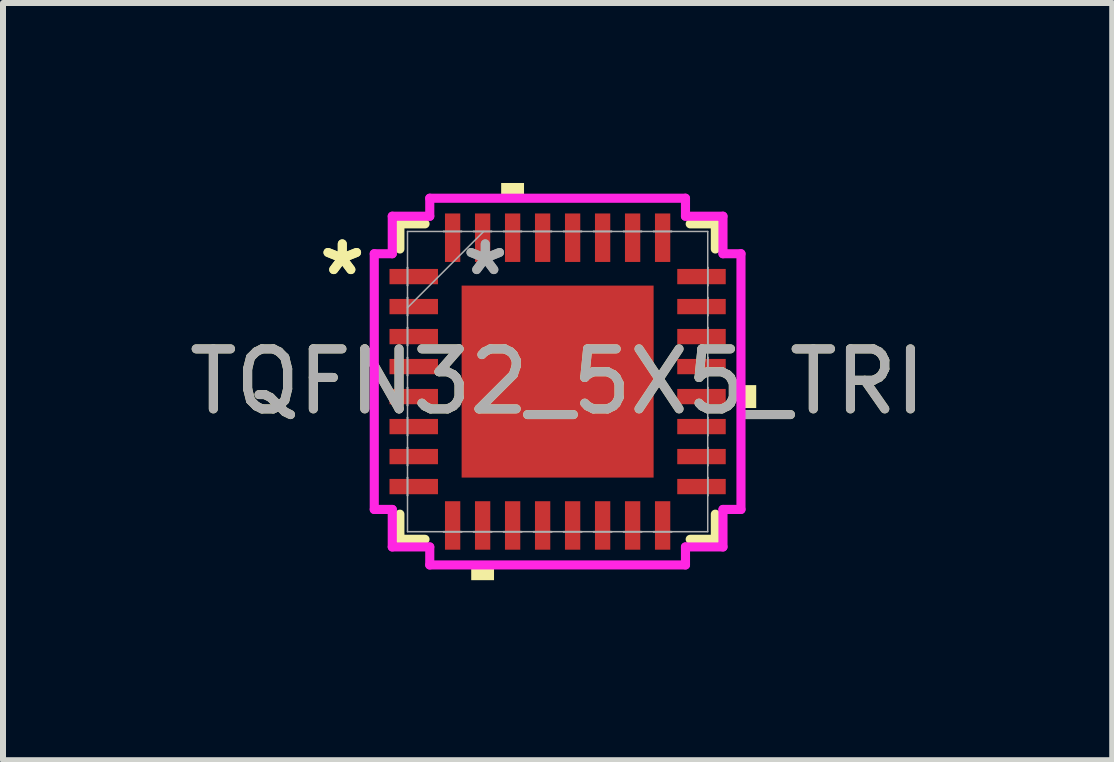
<source format=kicad_pcb>
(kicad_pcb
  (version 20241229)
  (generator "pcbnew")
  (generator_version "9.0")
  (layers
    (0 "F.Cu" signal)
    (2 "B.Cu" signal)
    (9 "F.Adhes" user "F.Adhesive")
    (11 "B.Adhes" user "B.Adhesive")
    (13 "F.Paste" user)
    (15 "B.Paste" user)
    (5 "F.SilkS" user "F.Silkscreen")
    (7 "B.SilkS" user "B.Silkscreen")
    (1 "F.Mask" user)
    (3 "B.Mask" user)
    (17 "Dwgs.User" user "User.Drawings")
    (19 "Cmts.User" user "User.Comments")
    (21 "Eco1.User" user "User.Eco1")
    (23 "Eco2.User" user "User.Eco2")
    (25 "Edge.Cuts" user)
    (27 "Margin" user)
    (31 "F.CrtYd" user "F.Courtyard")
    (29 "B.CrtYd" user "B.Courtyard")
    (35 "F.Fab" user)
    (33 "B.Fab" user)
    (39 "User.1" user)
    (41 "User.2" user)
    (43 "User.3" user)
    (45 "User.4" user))
  (footprint "TQFN32_5X5_TRI"
    (layer "F.Cu")
    (at 6.244 3.31)
    (property "Reference" "TQFN32_5X5_TRI" (at 0 0 0) (unlocked yes) (layer "F.SilkS") (effects (font (size 1 1) (thickness 0.15))))
    (attr smd)
    (fp_line (start -2.629 -2.629) (end -2.629 -2.21) (stroke (width 0.152) (type solid)) (layer "F.SilkS"))
    (fp_line (start -2.629 2.21) (end -2.629 2.629) (stroke (width 0.152) (type solid)) (layer "F.SilkS"))
    (fp_line (start -2.629 2.629) (end -2.21 2.629) (stroke (width 0.152) (type solid)) (layer "F.SilkS"))
    (fp_line (start -2.21 -2.629) (end -2.629 -2.629) (stroke (width 0.152) (type solid)) (layer "F.SilkS"))
    (fp_line (start 2.21 2.629) (end 2.629 2.629) (stroke (width 0.152) (type solid)) (layer "F.SilkS"))
    (fp_line (start 2.629 -2.629) (end 2.21 -2.629) (stroke (width 0.152) (type solid)) (layer "F.SilkS"))
    (fp_line (start 2.629 -2.21) (end 2.629 -2.629) (stroke (width 0.152) (type solid)) (layer "F.SilkS"))
    (fp_line (start 2.629 2.629) (end 2.629 2.21) (stroke (width 0.152) (type solid)) (layer "F.SilkS"))
    (fp_poly (pts (xy -1.44 3.056) (xy -1.44 3.31) (xy -1.06 3.31) (xy -1.06 3.056)) (stroke (width 0) (type solid)) (fill yes) (layer "F.SilkS"))
    (fp_poly (pts (xy -0.941 -3.056) (xy -0.941 -3.31) (xy -0.56 -3.31) (xy -0.56 -3.056)) (stroke (width 0) (type solid)) (fill yes) (layer "F.SilkS"))
    (fp_poly (pts (xy 3.31 0.059) (xy 3.31 0.441) (xy 3.056 0.441) (xy 3.056 0.059)) (stroke (width 0) (type solid)) (fill yes) (layer "F.SilkS"))
    (fp_line (start -3.056 -2.131) (end -2.756 -2.131) (stroke (width 0.152) (type solid)) (layer "F.CrtYd"))
    (fp_line (start -3.056 2.131) (end -3.056 -2.131) (stroke (width 0.152) (type solid)) (layer "F.CrtYd"))
    (fp_line (start -2.756 -2.756) (end -2.131 -2.756) (stroke (width 0.152) (type solid)) (layer "F.CrtYd"))
    (fp_line (start -2.756 -2.131) (end -2.756 -2.756) (stroke (width 0.152) (type solid)) (layer "F.CrtYd"))
    (fp_line (start -2.756 2.131) (end -3.056 2.131) (stroke (width 0.152) (type solid)) (layer "F.CrtYd"))
    (fp_line (start -2.756 2.756) (end -2.756 2.131) (stroke (width 0.152) (type solid)) (layer "F.CrtYd"))
    (fp_line (start -2.131 -3.056) (end 2.131 -3.056) (stroke (width 0.152) (type solid)) (layer "F.CrtYd"))
    (fp_line (start -2.131 -2.756) (end -2.131 -3.056) (stroke (width 0.152) (type solid)) (layer "F.CrtYd"))
    (fp_line (start -2.131 2.756) (end -2.756 2.756) (stroke (width 0.152) (type solid)) (layer "F.CrtYd"))
    (fp_line (start -2.131 3.056) (end -2.131 2.756) (stroke (width 0.152) (type solid)) (layer "F.CrtYd"))
    (fp_line (start 2.131 -3.056) (end 2.131 -2.756) (stroke (width 0.152) (type solid)) (layer "F.CrtYd"))
    (fp_line (start 2.131 -2.756) (end 2.756 -2.756) (stroke (width 0.152) (type solid)) (layer "F.CrtYd"))
    (fp_line (start 2.131 2.756) (end 2.131 3.056) (stroke (width 0.152) (type solid)) (layer "F.CrtYd"))
    (fp_line (start 2.131 3.056) (end -2.131 3.056) (stroke (width 0.152) (type solid)) (layer "F.CrtYd"))
    (fp_line (start 2.756 -2.756) (end 2.756 -2.131) (stroke (width 0.152) (type solid)) (layer "F.CrtYd"))
    (fp_line (start 2.756 -2.131) (end 3.056 -2.131) (stroke (width 0.152) (type solid)) (layer "F.CrtYd"))
    (fp_line (start 2.756 2.131) (end 2.756 2.756) (stroke (width 0.152) (type solid)) (layer "F.CrtYd"))
    (fp_line (start 2.756 2.756) (end 2.131 2.756) (stroke (width 0.152) (type solid)) (layer "F.CrtYd"))
    (fp_line (start 3.056 -2.131) (end 3.056 2.131) (stroke (width 0.152) (type solid)) (layer "F.CrtYd"))
    (fp_line (start 3.056 2.131) (end 2.756 2.131) (stroke (width 0.152) (type solid)) (layer "F.CrtYd"))
    (fp_line (start -2.502 -2.502) (end -2.502 2.502) (stroke (width 0.025) (type solid)) (layer "F.Fab"))
    (fp_line (start -2.502 -1.902) (end -2.502 -1.902) (stroke (width 0.025) (type solid)) (layer "F.Fab"))
    (fp_line (start -2.502 -1.902) (end -2.502 -1.598) (stroke (width 0.025) (type solid)) (layer "F.Fab"))
    (fp_line (start -2.502 -1.598) (end -2.502 -1.902) (stroke (width 0.025) (type solid)) (layer "F.Fab"))
    (fp_line (start -2.502 -1.598) (end -2.502 -1.598) (stroke (width 0.025) (type solid)) (layer "F.Fab"))
    (fp_line (start -2.502 -1.402) (end -2.502 -1.402) (stroke (width 0.025) (type solid)) (layer "F.Fab"))
    (fp_line (start -2.502 -1.402) (end -2.502 -1.098) (stroke (width 0.025) (type solid)) (layer "F.Fab"))
    (fp_line (start -2.502 -1.232) (end -1.232 -2.502) (stroke (width 0.025) (type solid)) (layer "F.Fab"))
    (fp_line (start -2.502 -1.098) (end -2.502 -1.402) (stroke (width 0.025) (type solid)) (layer "F.Fab"))
    (fp_line (start -2.502 -1.098) (end -2.502 -1.098) (stroke (width 0.025) (type solid)) (layer "F.Fab"))
    (fp_line (start -2.502 -0.902) (end -2.502 -0.902) (stroke (width 0.025) (type solid)) (layer "F.Fab"))
    (fp_line (start -2.502 -0.902) (end -2.502 -0.598) (stroke (width 0.025) (type solid)) (layer "F.Fab"))
    (fp_line (start -2.502 -0.598) (end -2.502 -0.902) (stroke (width 0.025) (type solid)) (layer "F.Fab"))
    (fp_line (start -2.502 -0.598) (end -2.502 -0.598) (stroke (width 0.025) (type solid)) (layer "F.Fab"))
    (fp_line (start -2.502 -0.402) (end -2.502 -0.402) (stroke (width 0.025) (type solid)) (layer "F.Fab"))
    (fp_line (start -2.502 -0.402) (end -2.502 -0.098) (stroke (width 0.025) (type solid)) (layer "F.Fab"))
    (fp_line (start -2.502 -0.098) (end -2.502 -0.402) (stroke (width 0.025) (type solid)) (layer "F.Fab"))
    (fp_line (start -2.502 -0.098) (end -2.502 -0.098) (stroke (width 0.025) (type solid)) (layer "F.Fab"))
    (fp_line (start -2.502 0.098) (end -2.502 0.098) (stroke (width 0.025) (type solid)) (layer "F.Fab"))
    (fp_line (start -2.502 0.098) (end -2.502 0.402) (stroke (width 0.025) (type solid)) (layer "F.Fab"))
    (fp_line (start -2.502 0.402) (end -2.502 0.098) (stroke (width 0.025) (type solid)) (layer "F.Fab"))
    (fp_line (start -2.502 0.402) (end -2.502 0.402) (stroke (width 0.025) (type solid)) (layer "F.Fab"))
    (fp_line (start -2.502 0.598) (end -2.502 0.598) (stroke (width 0.025) (type solid)) (layer "F.Fab"))
    (fp_line (start -2.502 0.598) (end -2.502 0.902) (stroke (width 0.025) (type solid)) (layer "F.Fab"))
    (fp_line (start -2.502 0.902) (end -2.502 0.598) (stroke (width 0.025) (type solid)) (layer "F.Fab"))
    (fp_line (start -2.502 0.902) (end -2.502 0.902) (stroke (width 0.025) (type solid)) (layer "F.Fab"))
    (fp_line (start -2.502 1.098) (end -2.502 1.098) (stroke (width 0.025) (type solid)) (layer "F.Fab"))
    (fp_line (start -2.502 1.098) (end -2.502 1.402) (stroke (width 0.025) (type solid)) (layer "F.Fab"))
    (fp_line (start -2.502 1.402) (end -2.502 1.098) (stroke (width 0.025) (type solid)) (layer "F.Fab"))
    (fp_line (start -2.502 1.402) (end -2.502 1.402) (stroke (width 0.025) (type solid)) (layer "F.Fab"))
    (fp_line (start -2.502 1.598) (end -2.502 1.598) (stroke (width 0.025) (type solid)) (layer "F.Fab"))
    (fp_line (start -2.502 1.598) (end -2.502 1.902) (stroke (width 0.025) (type solid)) (layer "F.Fab"))
    (fp_line (start -2.502 1.902) (end -2.502 1.598) (stroke (width 0.025) (type solid)) (layer "F.Fab"))
    (fp_line (start -2.502 1.902) (end -2.502 1.902) (stroke (width 0.025) (type solid)) (layer "F.Fab"))
    (fp_line (start -2.502 2.502) (end 2.502 2.502) (stroke (width 0.025) (type solid)) (layer "F.Fab"))
    (fp_line (start -1.902 -2.502) (end -1.902 -2.502) (stroke (width 0.025) (type solid)) (layer "F.Fab"))
    (fp_line (start -1.902 -2.502) (end -1.598 -2.502) (stroke (width 0.025) (type solid)) (layer "F.Fab"))
    (fp_line (start -1.902 2.502) (end -1.902 2.502) (stroke (width 0.025) (type solid)) (layer "F.Fab"))
    (fp_line (start -1.902 2.502) (end -1.598 2.502) (stroke (width 0.025) (type solid)) (layer "F.Fab"))
    (fp_line (start -1.598 -2.502) (end -1.902 -2.502) (stroke (width 0.025) (type solid)) (layer "F.Fab"))
    (fp_line (start -1.598 -2.502) (end -1.598 -2.502) (stroke (width 0.025) (type solid)) (layer "F.Fab"))
    (fp_line (start -1.598 2.502) (end -1.902 2.502) (stroke (width 0.025) (type solid)) (layer "F.Fab"))
    (fp_line (start -1.598 2.502) (end -1.598 2.502) (stroke (width 0.025) (type solid)) (layer "F.Fab"))
    (fp_line (start -1.402 -2.502) (end -1.402 -2.502) (stroke (width 0.025) (type solid)) (layer "F.Fab"))
    (fp_line (start -1.402 -2.502) (end -1.098 -2.502) (stroke (width 0.025) (type solid)) (layer "F.Fab"))
    (fp_line (start -1.402 2.502) (end -1.402 2.502) (stroke (width 0.025) (type solid)) (layer "F.Fab"))
    (fp_line (start -1.402 2.502) (end -1.098 2.502) (stroke (width 0.025) (type solid)) (layer "F.Fab"))
    (fp_line (start -1.098 -2.502) (end -1.402 -2.502) (stroke (width 0.025) (type solid)) (layer "F.Fab"))
    (fp_line (start -1.098 -2.502) (end -1.098 -2.502) (stroke (width 0.025) (type solid)) (layer "F.Fab"))
    (fp_line (start -1.098 2.502) (end -1.402 2.502) (stroke (width 0.025) (type solid)) (layer "F.Fab"))
    (fp_line (start -1.098 2.502) (end -1.098 2.502) (stroke (width 0.025) (type solid)) (layer "F.Fab"))
    (fp_line (start -0.902 -2.502) (end -0.902 -2.502) (stroke (width 0.025) (type solid)) (layer "F.Fab"))
    (fp_line (start -0.902 -2.502) (end -0.598 -2.502) (stroke (width 0.025) (type solid)) (layer "F.Fab"))
    (fp_line (start -0.902 2.502) (end -0.902 2.502) (stroke (width 0.025) (type solid)) (layer "F.Fab"))
    (fp_line (start -0.902 2.502) (end -0.598 2.502) (stroke (width 0.025) (type solid)) (layer "F.Fab"))
    (fp_line (start -0.598 -2.502) (end -0.902 -2.502) (stroke (width 0.025) (type solid)) (layer "F.Fab"))
    (fp_line (start -0.598 -2.502) (end -0.598 -2.502) (stroke (width 0.025) (type solid)) (layer "F.Fab"))
    (fp_line (start -0.598 2.502) (end -0.902 2.502) (stroke (width 0.025) (type solid)) (layer "F.Fab"))
    (fp_line (start -0.598 2.502) (end -0.598 2.502) (stroke (width 0.025) (type solid)) (layer "F.Fab"))
    (fp_line (start -0.402 -2.502) (end -0.402 -2.502) (stroke (width 0.025) (type solid)) (layer "F.Fab"))
    (fp_line (start -0.402 -2.502) (end -0.098 -2.502) (stroke (width 0.025) (type solid)) (layer "F.Fab"))
    (fp_line (start -0.402 2.502) (end -0.402 2.502) (stroke (width 0.025) (type solid)) (layer "F.Fab"))
    (fp_line (start -0.402 2.502) (end -0.098 2.502) (stroke (width 0.025) (type solid)) (layer "F.Fab"))
    (fp_line (start -0.098 -2.502) (end -0.402 -2.502) (stroke (width 0.025) (type solid)) (layer "F.Fab"))
    (fp_line (start -0.098 -2.502) (end -0.098 -2.502) (stroke (width 0.025) (type solid)) (layer "F.Fab"))
    (fp_line (start -0.098 2.502) (end -0.402 2.502) (stroke (width 0.025) (type solid)) (layer "F.Fab"))
    (fp_line (start -0.098 2.502) (end -0.098 2.502) (stroke (width 0.025) (type solid)) (layer "F.Fab"))
    (fp_line (start 0.098 -2.502) (end 0.098 -2.502) (stroke (width 0.025) (type solid)) (layer "F.Fab"))
    (fp_line (start 0.098 -2.502) (end 0.402 -2.502) (stroke (width 0.025) (type solid)) (layer "F.Fab"))
    (fp_line (start 0.098 2.502) (end 0.098 2.502) (stroke (width 0.025) (type solid)) (layer "F.Fab"))
    (fp_line (start 0.098 2.502) (end 0.402 2.502) (stroke (width 0.025) (type solid)) (layer "F.Fab"))
    (fp_line (start 0.402 -2.502) (end 0.098 -2.502) (stroke (width 0.025) (type solid)) (layer "F.Fab"))
    (fp_line (start 0.402 -2.502) (end 0.402 -2.502) (stroke (width 0.025) (type solid)) (layer "F.Fab"))
    (fp_line (start 0.402 2.502) (end 0.098 2.502) (stroke (width 0.025) (type solid)) (layer "F.Fab"))
    (fp_line (start 0.402 2.502) (end 0.402 2.502) (stroke (width 0.025) (type solid)) (layer "F.Fab"))
    (fp_line (start 0.598 -2.502) (end 0.598 -2.502) (stroke (width 0.025) (type solid)) (layer "F.Fab"))
    (fp_line (start 0.598 -2.502) (end 0.902 -2.502) (stroke (width 0.025) (type solid)) (layer "F.Fab"))
    (fp_line (start 0.598 2.502) (end 0.598 2.502) (stroke (width 0.025) (type solid)) (layer "F.Fab"))
    (fp_line (start 0.598 2.502) (end 0.902 2.502) (stroke (width 0.025) (type solid)) (layer "F.Fab"))
    (fp_line (start 0.902 -2.502) (end 0.598 -2.502) (stroke (width 0.025) (type solid)) (layer "F.Fab"))
    (fp_line (start 0.902 -2.502) (end 0.902 -2.502) (stroke (width 0.025) (type solid)) (layer "F.Fab"))
    (fp_line (start 0.902 2.502) (end 0.598 2.502) (stroke (width 0.025) (type solid)) (layer "F.Fab"))
    (fp_line (start 0.902 2.502) (end 0.902 2.502) (stroke (width 0.025) (type solid)) (layer "F.Fab"))
    (fp_line (start 1.098 -2.502) (end 1.098 -2.502) (stroke (width 0.025) (type solid)) (layer "F.Fab"))
    (fp_line (start 1.098 -2.502) (end 1.402 -2.502) (stroke (width 0.025) (type solid)) (layer "F.Fab"))
    (fp_line (start 1.098 2.502) (end 1.098 2.502) (stroke (width 0.025) (type solid)) (layer "F.Fab"))
    (fp_line (start 1.098 2.502) (end 1.402 2.502) (stroke (width 0.025) (type solid)) (layer "F.Fab"))
    (fp_line (start 1.402 -2.502) (end 1.098 -2.502) (stroke (width 0.025) (type solid)) (layer "F.Fab"))
    (fp_line (start 1.402 -2.502) (end 1.402 -2.502) (stroke (width 0.025) (type solid)) (layer "F.Fab"))
    (fp_line (start 1.402 2.502) (end 1.098 2.502) (stroke (width 0.025) (type solid)) (layer "F.Fab"))
    (fp_line (start 1.402 2.502) (end 1.402 2.502) (stroke (width 0.025) (type solid)) (layer "F.Fab"))
    (fp_line (start 1.598 -2.502) (end 1.598 -2.502) (stroke (width 0.025) (type solid)) (layer "F.Fab"))
    (fp_line (start 1.598 -2.502) (end 1.902 -2.502) (stroke (width 0.025) (type solid)) (layer "F.Fab"))
    (fp_line (start 1.598 2.502) (end 1.598 2.502) (stroke (width 0.025) (type solid)) (layer "F.Fab"))
    (fp_line (start 1.598 2.502) (end 1.902 2.502) (stroke (width 0.025) (type solid)) (layer "F.Fab"))
    (fp_line (start 1.902 -2.502) (end 1.598 -2.502) (stroke (width 0.025) (type solid)) (layer "F.Fab"))
    (fp_line (start 1.902 -2.502) (end 1.902 -2.502) (stroke (width 0.025) (type solid)) (layer "F.Fab"))
    (fp_line (start 1.902 2.502) (end 1.598 2.502) (stroke (width 0.025) (type solid)) (layer "F.Fab"))
    (fp_line (start 1.902 2.502) (end 1.902 2.502) (stroke (width 0.025) (type solid)) (layer "F.Fab"))
    (fp_line (start 2.502 -2.502) (end -2.502 -2.502) (stroke (width 0.025) (type solid)) (layer "F.Fab"))
    (fp_line (start 2.502 -1.902) (end 2.502 -1.902) (stroke (width 0.025) (type solid)) (layer "F.Fab"))
    (fp_line (start 2.502 -1.902) (end 2.502 -1.598) (stroke (width 0.025) (type solid)) (layer "F.Fab"))
    (fp_line (start 2.502 -1.598) (end 2.502 -1.902) (stroke (width 0.025) (type solid)) (layer "F.Fab"))
    (fp_line (start 2.502 -1.598) (end 2.502 -1.598) (stroke (width 0.025) (type solid)) (layer "F.Fab"))
    (fp_line (start 2.502 -1.402) (end 2.502 -1.402) (stroke (width 0.025) (type solid)) (layer "F.Fab"))
    (fp_line (start 2.502 -1.402) (end 2.502 -1.098) (stroke (width 0.025) (type solid)) (layer "F.Fab"))
    (fp_line (start 2.502 -1.098) (end 2.502 -1.402) (stroke (width 0.025) (type solid)) (layer "F.Fab"))
    (fp_line (start 2.502 -1.098) (end 2.502 -1.098) (stroke (width 0.025) (type solid)) (layer "F.Fab"))
    (fp_line (start 2.502 -0.902) (end 2.502 -0.902) (stroke (width 0.025) (type solid)) (layer "F.Fab"))
    (fp_line (start 2.502 -0.902) (end 2.502 -0.598) (stroke (width 0.025) (type solid)) (layer "F.Fab"))
    (fp_line (start 2.502 -0.598) (end 2.502 -0.902) (stroke (width 0.025) (type solid)) (layer "F.Fab"))
    (fp_line (start 2.502 -0.598) (end 2.502 -0.598) (stroke (width 0.025) (type solid)) (layer "F.Fab"))
    (fp_line (start 2.502 -0.402) (end 2.502 -0.402) (stroke (width 0.025) (type solid)) (layer "F.Fab"))
    (fp_line (start 2.502 -0.402) (end 2.502 -0.098) (stroke (width 0.025) (type solid)) (layer "F.Fab"))
    (fp_line (start 2.502 -0.098) (end 2.502 -0.402) (stroke (width 0.025) (type solid)) (layer "F.Fab"))
    (fp_line (start 2.502 -0.098) (end 2.502 -0.098) (stroke (width 0.025) (type solid)) (layer "F.Fab"))
    (fp_line (start 2.502 0.098) (end 2.502 0.098) (stroke (width 0.025) (type solid)) (layer "F.Fab"))
    (fp_line (start 2.502 0.098) (end 2.502 0.402) (stroke (width 0.025) (type solid)) (layer "F.Fab"))
    (fp_line (start 2.502 0.402) (end 2.502 0.098) (stroke (width 0.025) (type solid)) (layer "F.Fab"))
    (fp_line (start 2.502 0.402) (end 2.502 0.402) (stroke (width 0.025) (type solid)) (layer "F.Fab"))
    (fp_line (start 2.502 0.598) (end 2.502 0.598) (stroke (width 0.025) (type solid)) (layer "F.Fab"))
    (fp_line (start 2.502 0.598) (end 2.502 0.902) (stroke (width 0.025) (type solid)) (layer "F.Fab"))
    (fp_line (start 2.502 0.902) (end 2.502 0.598) (stroke (width 0.025) (type solid)) (layer "F.Fab"))
    (fp_line (start 2.502 0.902) (end 2.502 0.902) (stroke (width 0.025) (type solid)) (layer "F.Fab"))
    (fp_line (start 2.502 1.098) (end 2.502 1.098) (stroke (width 0.025) (type solid)) (layer "F.Fab"))
    (fp_line (start 2.502 1.098) (end 2.502 1.402) (stroke (width 0.025) (type solid)) (layer "F.Fab"))
    (fp_line (start 2.502 1.402) (end 2.502 1.098) (stroke (width 0.025) (type solid)) (layer "F.Fab"))
    (fp_line (start 2.502 1.402) (end 2.502 1.402) (stroke (width 0.025) (type solid)) (layer "F.Fab"))
    (fp_line (start 2.502 1.598) (end 2.502 1.598) (stroke (width 0.025) (type solid)) (layer "F.Fab"))
    (fp_line (start 2.502 1.598) (end 2.502 1.902) (stroke (width 0.025) (type solid)) (layer "F.Fab"))
    (fp_line (start 2.502 1.902) (end 2.502 1.598) (stroke (width 0.025) (type solid)) (layer "F.Fab"))
    (fp_line (start 2.502 1.902) (end 2.502 1.902) (stroke (width 0.025) (type solid)) (layer "F.Fab"))
    (fp_line (start 2.502 2.502) (end 2.502 -2.502) (stroke (width 0.025) (type solid)) (layer "F.Fab"))
    (fp_text user "*" (at -3.589 -1.75 0) (layer "F.SilkS") (effects (font (size 1 1) (thickness 0.15))))
    (fp_text user "*" (at -3.589 -1.75 0) (unlocked yes) (layer "F.SilkS") (effects (font (size 1 1) (thickness 0.15))))
    (fp_text user "*" (at -1.206 -1.75 0) (unlocked yes) (layer "F.Fab") (effects (font (size 1 1) (thickness 0.15))))
    (fp_text user "*" (at -1.206 -1.75 0) (layer "F.Fab") (effects (font (size 1 1) (thickness 0.15))))
    (fp_text user "${REFERENCE}" (at 0 0 0) (unlocked yes) (layer "F.Fab") (effects (font (size 1 1) (thickness 0.15))))
    (pad "1" smd rect (at -2.398 -1.75 90) (size 0.255 0.808) (layers "F.Cu" "F.Mask" "F.Paste"))
    (pad "2" smd rect (at -2.398 -1.25 90) (size 0.255 0.808) (layers "F.Cu" "F.Mask" "F.Paste"))
    (pad "3" smd rect (at -2.398 -0.75 90) (size 0.255 0.808) (layers "F.Cu" "F.Mask" "F.Paste"))
    (pad "4" smd rect (at -2.398 -0.25 90) (size 0.255 0.808) (layers "F.Cu" "F.Mask" "F.Paste"))
    (pad "5" smd rect (at -2.398 0.25 90) (size 0.255 0.808) (layers "F.Cu" "F.Mask" "F.Paste"))
    (pad "6" smd rect (at -2.398 0.75 90) (size 0.255 0.808) (layers "F.Cu" "F.Mask" "F.Paste"))
    (pad "7" smd rect (at -2.398 1.25 90) (size 0.255 0.808) (layers "F.Cu" "F.Mask" "F.Paste"))
    (pad "8" smd rect (at -2.398 1.75 90) (size 0.255 0.808) (layers "F.Cu" "F.Mask" "F.Paste"))
    (pad "9" smd rect (at -1.75 2.398) (size 0.255 0.808) (layers "F.Cu" "F.Mask" "F.Paste"))
    (pad "10" smd rect (at -1.25 2.398) (size 0.255 0.808) (layers "F.Cu" "F.Mask" "F.Paste"))
    (pad "11" smd rect (at -0.75 2.398) (size 0.255 0.808) (layers "F.Cu" "F.Mask" "F.Paste"))
    (pad "12" smd rect (at -0.25 2.398) (size 0.255 0.808) (layers "F.Cu" "F.Mask" "F.Paste"))
    (pad "13" smd rect (at 0.25 2.398) (size 0.255 0.808) (layers "F.Cu" "F.Mask" "F.Paste"))
    (pad "14" smd rect (at 0.75 2.398) (size 0.255 0.808) (layers "F.Cu" "F.Mask" "F.Paste"))
    (pad "15" smd rect (at 1.25 2.398) (size 0.255 0.808) (layers "F.Cu" "F.Mask" "F.Paste"))
    (pad "16" smd rect (at 1.75 2.398) (size 0.255 0.808) (layers "F.Cu" "F.Mask" "F.Paste"))
    (pad "17" smd rect (at 2.398 1.75 90) (size 0.255 0.808) (layers "F.Cu" "F.Mask" "F.Paste"))
    (pad "18" smd rect (at 2.398 1.25 90) (size 0.255 0.808) (layers "F.Cu" "F.Mask" "F.Paste"))
    (pad "19" smd rect (at 2.398 0.75 90) (size 0.255 0.808) (layers "F.Cu" "F.Mask" "F.Paste"))
    (pad "20" smd rect (at 2.398 0.25 90) (size 0.255 0.808) (layers "F.Cu" "F.Mask" "F.Paste"))
    (pad "21" smd rect (at 2.398 -0.25 90) (size 0.255 0.808) (layers "F.Cu" "F.Mask" "F.Paste"))
    (pad "22" smd rect (at 2.398 -0.75 90) (size 0.255 0.808) (layers "F.Cu" "F.Mask" "F.Paste"))
    (pad "23" smd rect (at 2.398 -1.25 90) (size 0.255 0.808) (layers "F.Cu" "F.Mask" "F.Paste"))
    (pad "24" smd rect (at 2.398 -1.75 90) (size 0.255 0.808) (layers "F.Cu" "F.Mask" "F.Paste"))
    (pad "25" smd rect (at 1.75 -2.398) (size 0.255 0.808) (layers "F.Cu" "F.Mask" "F.Paste"))
    (pad "26" smd rect (at 1.25 -2.398) (size 0.255 0.808) (layers "F.Cu" "F.Mask" "F.Paste"))
    (pad "27" smd rect (at 0.75 -2.398) (size 0.255 0.808) (layers "F.Cu" "F.Mask" "F.Paste"))
    (pad "28" smd rect (at 0.25 -2.398) (size 0.255 0.808) (layers "F.Cu" "F.Mask" "F.Paste"))
    (pad "29" smd rect (at -0.25 -2.398) (size 0.255 0.808) (layers "F.Cu" "F.Mask" "F.Paste"))
    (pad "30" smd rect (at -0.75 -2.398) (size 0.255 0.808) (layers "F.Cu" "F.Mask" "F.Paste"))
    (pad "31" smd rect (at -1.25 -2.398) (size 0.255 0.808) (layers "F.Cu" "F.Mask" "F.Paste"))
    (pad "32" smd rect (at -1.75 -2.398) (size 0.255 0.808) (layers "F.Cu" "F.Mask" "F.Paste"))
    (pad "33" smd rect (at 0 0) (size 3.2 3.2) (layers "F.Cu" "F.Mask" "F.Paste")))
  (gr_rect
    (start -3 -3)
    (end 15.488 9.62)
    (stroke (width 0.1) (type default))
    (fill no)
    (layer "Edge.Cuts")))
</source>
